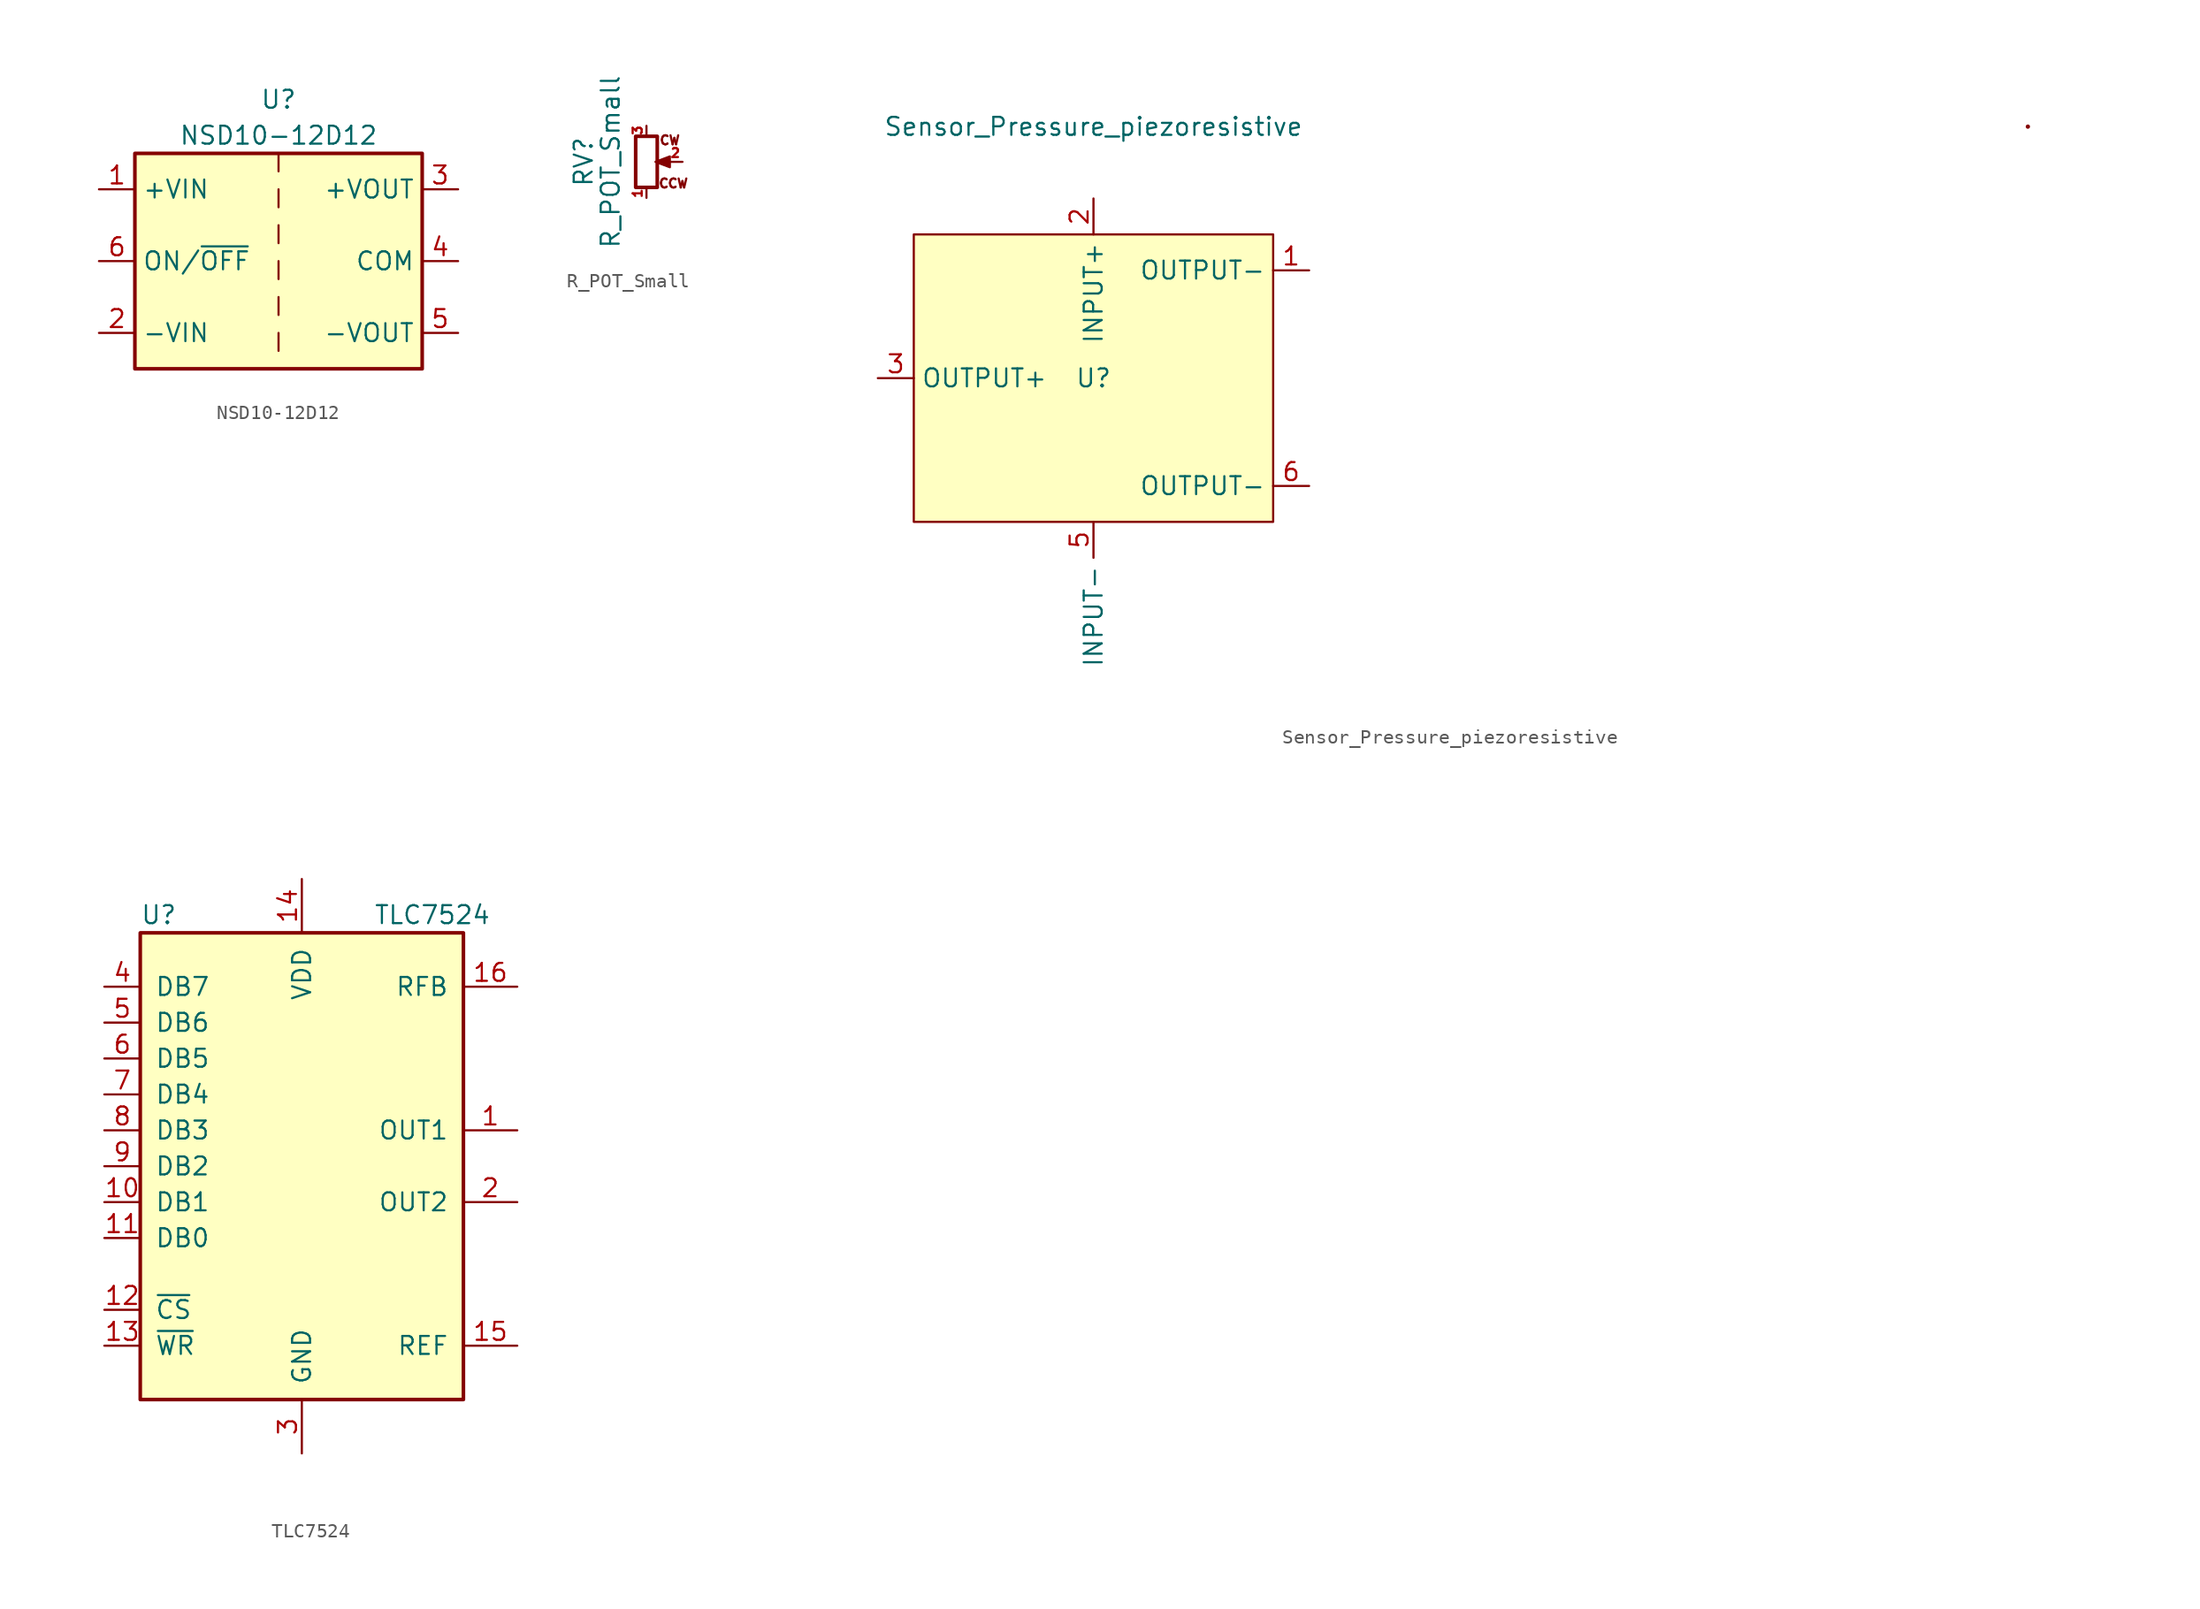
<source format=kicad_sym>
(kicad_symbol_lib
  (version 20231120)
  (generator "kicad_symbol_editor")
  (generator_version "8.0")
  (symbol "NSD10-12D12"
    (property "Reference" "U"
      (at 0 11.43 0)
      (effects (font (size 1.27 1.27))))
    (property "Value" "NSD10-12D12"
      (at 0 8.89 0)
      (effects (font (size 1.27 1.27))))
    (symbol "NSD10-12D12_0_1"
      (rectangle (start -10.16 7.62) (end 10.16 -7.62) (stroke (width 0.254) (type default)) (fill (type background)))
      (polyline (pts (xy 0 -5.08) (xy 0 -6.35)) (stroke (width 0) (type default)) (fill (type none)))
      (polyline (pts (xy 0 -2.54) (xy 0 -3.81)) (stroke (width 0) (type default)) (fill (type none)))
      (polyline (pts (xy 0 0) (xy 0 -1.27)) (stroke (width 0) (type default)) (fill (type none)))
      (polyline (pts (xy 0 2.54) (xy 0 1.27)) (stroke (width 0) (type default)) (fill (type none)))
      (polyline (pts (xy 0 5.08) (xy 0 3.81)) (stroke (width 0) (type default)) (fill (type none)))
      (polyline (pts (xy 0 7.62) (xy 0 6.35)) (stroke (width 0) (type default)) (fill (type none))))
    (symbol "NSD10-12D12_1_1"
      (pin power_in line (at -12.7 5.08 0) (length 2.54) (name "+VIN" (effects (font (size 1.27 1.27)))) (number "1" (effects (font (size 1.27 1.27)))))
      (pin power_in line (at -12.7 -5.08 0) (length 2.54) (name "-VIN" (effects (font (size 1.27 1.27)))) (number "2" (effects (font (size 1.27 1.27)))))
      (pin power_out line (at 12.7 5.08 180) (length 2.54) (name "+VOUT" (effects (font (size 1.27 1.27)))) (number "3" (effects (font (size 1.27 1.27)))))
      (pin power_out line (at 12.7 0 180) (length 2.54) (name "COM" (effects (font (size 1.27 1.27)))) (number "4" (effects (font (size 1.27 1.27)))))
      (pin power_out line (at 12.7 -5.08 180) (length 2.54) (name "-VOUT" (effects (font (size 1.27 1.27)))) (number "5" (effects (font (size 1.27 1.27)))))
      (pin input line (at -12.7 0 0) (length 2.54) (name "ON/~{OFF}" (effects (font (size 1.27 1.27)))) (number "6" (effects (font (size 1.27 1.27)))))))
  (symbol "R_POT_Small"
    (pin_names
      (offset 1.016) hide)
    (property "Reference" "RV"
      (at -4.445 0 90)
      (effects (font (size 1.27 1.27))))
    (property "Value" "R_POT_Small"
      (at -2.54 0 90)
      (effects (font (size 1.27 1.27))))
    (symbol "R_POT_Small_0_0"
      (text "CCW" (at 1.905 -1.524 0) (effects (font (size 0.635 0.635))))
      (text "CW" (at 1.651 1.524 0) (effects (font (size 0.635 0.635)))))
    (symbol "R_POT_Small_0_1"
      (rectangle (start -0.762 1.803) (end 0.762 -1.803) (stroke (width 0.254) (type default)) (fill (type none)))
      (polyline (pts (xy 0.889 0) (xy 0.635 0) (xy 1.651 -0.381) (xy 1.651 0.381) (xy 0.635 0) (xy 0.889 0)) (stroke (width 0) (type default)) (fill (type outline))))
    (symbol "R_POT_Small_1_1"
      (pin passive line (at 0 -2.54 90) (length 0.635) (name "ccw" (effects (font (size 0.635 0.635)))) (number "1" (effects (font (size 0.635 0.635)))))
      (pin passive line (at 2.54 0 180) (length 0.991) (name "2" (effects (font (size 0.635 0.635)))) (number "2" (effects (font (size 0.635 0.635)))))
      (pin passive line (at 0 2.54 270) (length 0.635) (name "3" (effects (font (size 0.635 0.635)))) (number "3" (effects (font (size 0.635 0.635)))))))
  (symbol "Sensor_Pressure_piezoresistive"
    (property "Reference" "U"
      (at 0 0 0)
      (effects (font (size 1.27 1.27))))
    (property "Value" "Sensor_Pressure_piezoresistive"
      (at 0 17.78 0)
      (effects (font (size 1.27 1.27))))
    (symbol "Sensor_Pressure_piezoresistive_0_1"
      (rectangle (start -12.7 10.16) (end 12.7 -10.16) (stroke (width 0) (type default)) (fill (type background)))
      (circle (center 66.04 17.78) (radius 0.0001) (stroke (width 0) (type default)) (fill (type none))))
    (symbol "Sensor_Pressure_piezoresistive_1_1"
      (pin output line (at 15.24 7.62 180) (length 2.54) (name "OUTPUT-" (effects (font (size 1.27 1.27)))) (number "1" (effects (font (size 1.27 1.27)))))
      (pin input line (at 0 12.7 270) (length 2.54) (name "INPUT+" (effects (font (size 1.27 1.27)))) (number "2" (effects (font (size 1.27 1.27)))))
      (pin output line (at -15.24 0 0) (length 2.54) (name "OUTPUT+" (effects (font (size 1.27 1.27)))) (number "3" (effects (font (size 1.27 1.27)))))
      (pin no_connect line (at 15.24 0 180) (length 2.54) hide (name "NC" (effects (font (size 1.27 1.27)))) (number "4" (effects (font (size 1.27 1.27)))))
      (pin input line (at 0 -10.16 270) (length 2.54) (name "INPUT-" (effects (font (size 1.27 1.27)))) (number "5" (effects (font (size 1.27 1.27)))))
      (pin output line (at 15.24 -7.62 180) (length 2.54) (name "OUTPUT-" (effects (font (size 1.27 1.27)))) (number "6" (effects (font (size 1.27 1.27)))))))
  (symbol "TLC7524"
    (pin_names
      (offset 1.016))
    (property "Reference" "U"
      (at -11.43 17.78 0)
      (effects (font (size 1.27 1.27)) (justify left)))
    (property "Value" "TLC7524"
      (at 5.08 17.78 0)
      (effects (font (size 1.27 1.27)) (justify left)))
    (symbol "TLC7524_0_1"
      (rectangle (start -11.43 -16.51) (end 11.43 16.51) (stroke (width 0.254) (type default)) (fill (type background))))
    (symbol "TLC7524_1_1"
      (pin output line (at 15.24 2.54 180) (length 3.81) (name "OUT1" (effects (font (size 1.27 1.27)))) (number "1" (effects (font (size 1.27 1.27)))))
      (pin input line (at -13.97 -2.54 0) (length 2.54) (name "DB1" (effects (font (size 1.27 1.27)))) (number "10" (effects (font (size 1.27 1.27)))))
      (pin input line (at -13.97 -5.08 0) (length 2.54) (name "DB0" (effects (font (size 1.27 1.27)))) (number "11" (effects (font (size 1.27 1.27)))))
      (pin input line (at -13.97 -10.16 0) (length 2.54) (name "~{CS}" (effects (font (size 1.27 1.27)))) (number "12" (effects (font (size 1.27 1.27)))))
      (pin input line (at -13.97 -12.7 0) (length 2.54) (name "~{WR}" (effects (font (size 1.27 1.27)))) (number "13" (effects (font (size 1.27 1.27)))))
      (pin power_in line (at 0 20.32 270) (length 3.81) (name "VDD" (effects (font (size 1.27 1.27)))) (number "14" (effects (font (size 1.27 1.27)))))
      (pin input line (at 15.24 -12.7 180) (length 3.81) (name "REF" (effects (font (size 1.27 1.27)))) (number "15" (effects (font (size 1.27 1.27)))))
      (pin input line (at 15.24 12.7 180) (length 3.81) (name "RFB" (effects (font (size 1.27 1.27)))) (number "16" (effects (font (size 1.27 1.27)))))
      (pin output line (at 15.24 -2.54 180) (length 3.81) (name "OUT2" (effects (font (size 1.27 1.27)))) (number "2" (effects (font (size 1.27 1.27)))))
      (pin power_in line (at 0 -20.32 90) (length 3.81) (name "GND" (effects (font (size 1.27 1.27)))) (number "3" (effects (font (size 1.27 1.27)))))
      (pin input line (at -13.97 12.7 0) (length 2.54) (name "DB7" (effects (font (size 1.27 1.27)))) (number "4" (effects (font (size 1.27 1.27)))))
      (pin input line (at -13.97 10.16 0) (length 2.54) (name "DB6" (effects (font (size 1.27 1.27)))) (number "5" (effects (font (size 1.27 1.27)))))
      (pin input line (at -13.97 7.62 0) (length 2.54) (name "DB5" (effects (font (size 1.27 1.27)))) (number "6" (effects (font (size 1.27 1.27)))))
      (pin input line (at -13.97 5.08 0) (length 2.54) (name "DB4" (effects (font (size 1.27 1.27)))) (number "7" (effects (font (size 1.27 1.27)))))
      (pin input line (at -13.97 2.54 0) (length 2.54) (name "DB3" (effects (font (size 1.27 1.27)))) (number "8" (effects (font (size 1.27 1.27)))))
      (pin input line (at -13.97 0 0) (length 2.54) (name "DB2" (effects (font (size 1.27 1.27)))) (number "9" (effects (font (size 1.27 1.27))))))))
</source>
